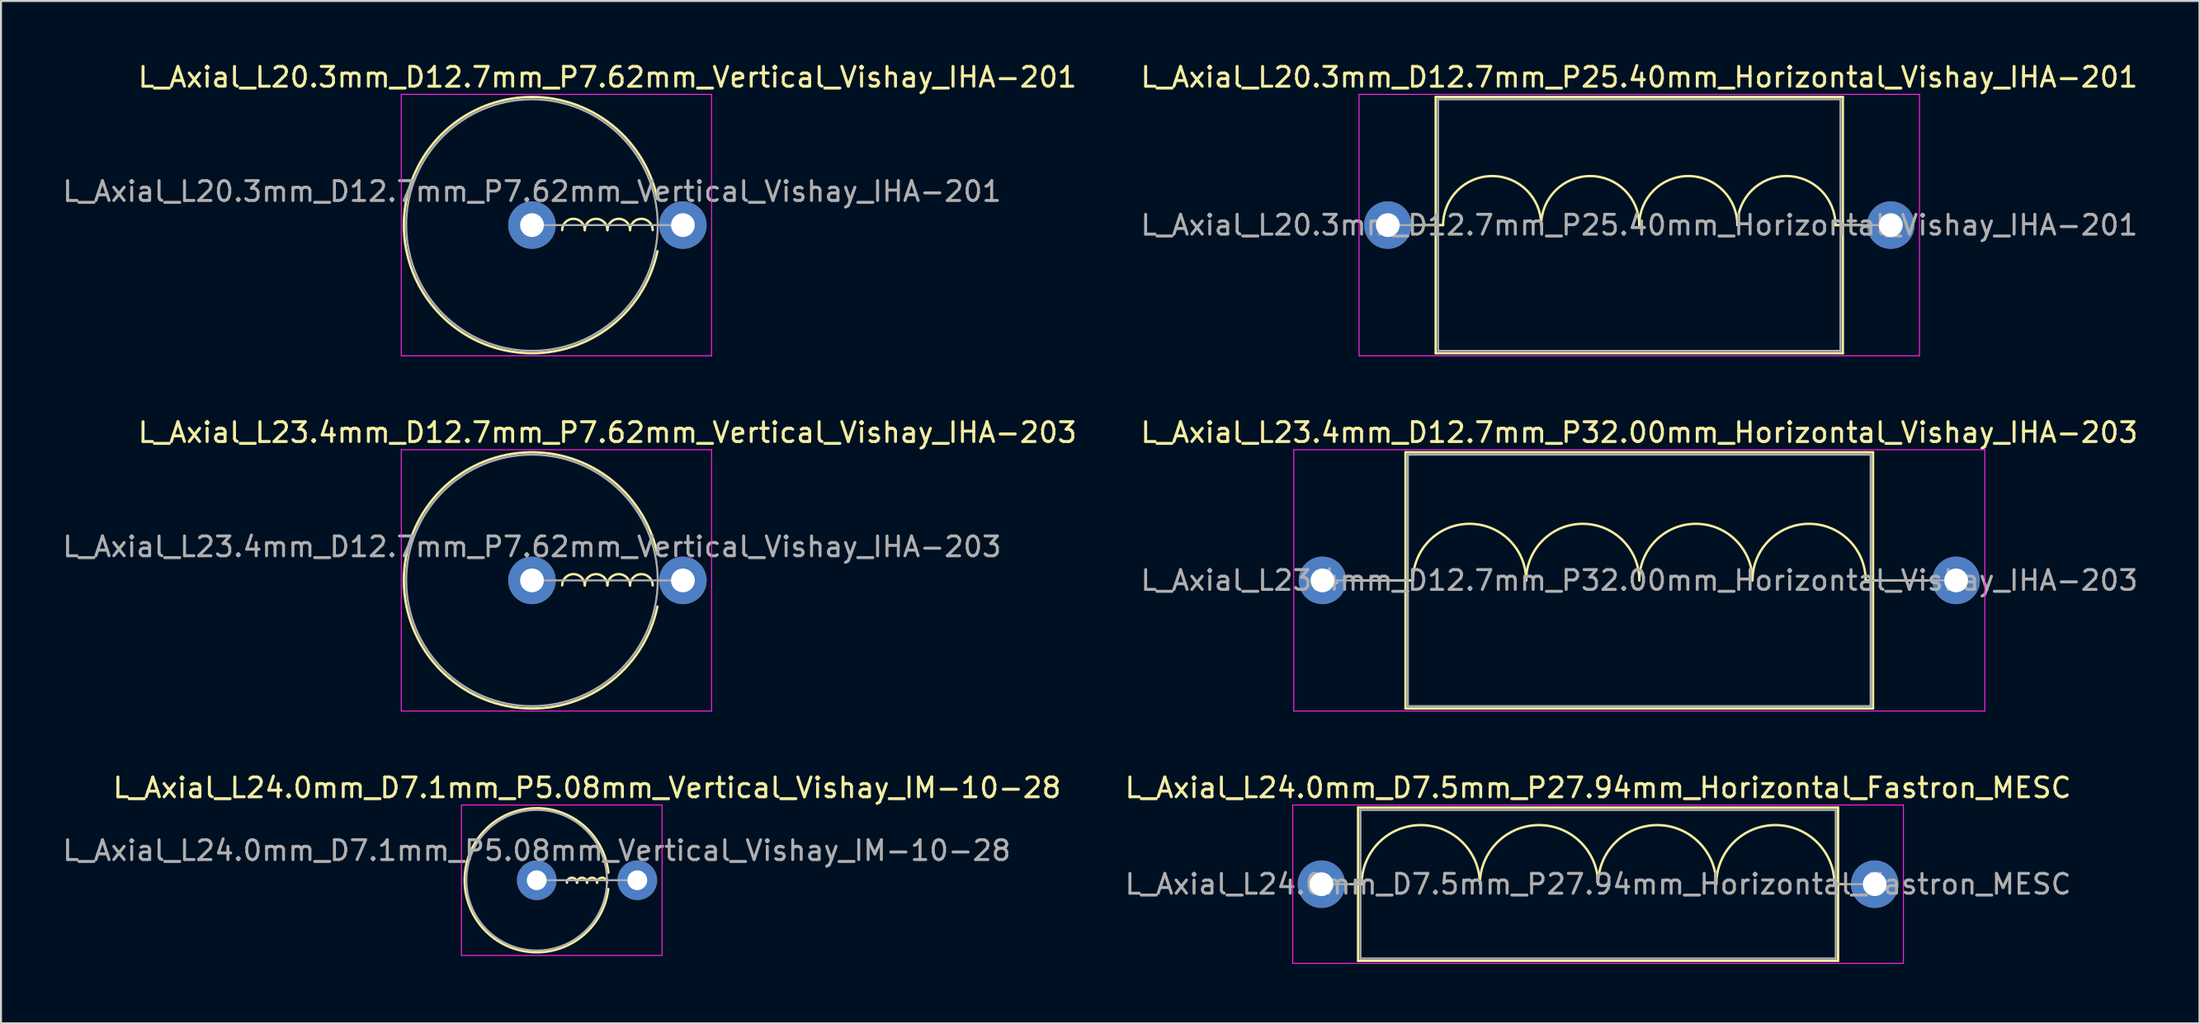
<source format=kicad_pcb>
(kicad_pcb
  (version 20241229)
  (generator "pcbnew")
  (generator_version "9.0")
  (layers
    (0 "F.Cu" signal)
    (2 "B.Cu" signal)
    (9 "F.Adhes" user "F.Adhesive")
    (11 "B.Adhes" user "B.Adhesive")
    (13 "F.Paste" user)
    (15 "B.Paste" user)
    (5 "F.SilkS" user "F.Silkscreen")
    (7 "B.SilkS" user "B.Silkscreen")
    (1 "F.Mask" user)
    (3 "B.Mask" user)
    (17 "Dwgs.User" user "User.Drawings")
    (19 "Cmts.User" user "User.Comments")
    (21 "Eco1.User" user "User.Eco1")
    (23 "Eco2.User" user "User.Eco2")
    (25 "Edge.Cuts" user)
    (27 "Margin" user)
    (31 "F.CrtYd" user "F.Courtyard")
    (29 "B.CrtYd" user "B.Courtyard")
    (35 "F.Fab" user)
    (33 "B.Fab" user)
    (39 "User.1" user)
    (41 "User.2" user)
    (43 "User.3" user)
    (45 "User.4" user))
  (footprint "L_Axial_L20.3mm_D12.7mm_P7.62mm_Vertical_Vishay_IHA-201"
    (layer "F.Cu")
    (at 23.815 8.318)
    (property "Reference" "L_Axial_L20.3mm_D12.7mm_P7.62mm_Vertical_Vishay_IHA-201" (at 3.81 -7.47 0) (layer "F.SilkS") (effects (font (size 1 1) (thickness 0.15))))
    (attr through_hole)
    (fp_arc (start 1.524 0.254) (mid 2.0955 -0.3175) (end 2.667 0.254) (stroke (width 0.12) (type solid)) (layer "F.SilkS"))
    (fp_arc (start 2.667 0.254) (mid 3.2385 -0.3175) (end 3.81 0.254) (stroke (width 0.12) (type solid)) (layer "F.SilkS"))
    (fp_arc (start 3.81 0.254) (mid 4.3815 -0.3175) (end 4.953 0.254) (stroke (width 0.12) (type solid)) (layer "F.SilkS"))
    (fp_arc (start 4.953 0.254) (mid 5.5245 -0.3175) (end 6.096 0.254) (stroke (width 0.12) (type solid)) (layer "F.SilkS"))
    (fp_arc (start 6.333917 1.32) (mid -6.47 0) (end 6.333917 -1.32) (stroke (width 0.12) (type solid)) (layer "F.SilkS"))
    (fp_line (start -6.6 -6.6) (end -6.6 6.6) (stroke (width 0.05) (type solid)) (layer "F.CrtYd"))
    (fp_line (start -6.6 6.6) (end 9.07 6.6) (stroke (width 0.05) (type solid)) (layer "F.CrtYd"))
    (fp_line (start 9.07 -6.6) (end -6.6 -6.6) (stroke (width 0.05) (type solid)) (layer "F.CrtYd"))
    (fp_line (start 9.07 6.6) (end 9.07 -6.6) (stroke (width 0.05) (type solid)) (layer "F.CrtYd"))
    (fp_line (start 0 0) (end 7.62 0) (stroke (width 0.1) (type solid)) (layer "F.Fab"))
    (fp_circle (center 0 0) (end 6.35 0) (stroke (width 0.1) (type solid)) (fill no) (layer "F.Fab"))
    (fp_text user "${REFERENCE}" (at 0 -1.7 0) (layer "F.Fab") (effects (font (size 1 1) (thickness 0.15))))
    (pad "1" thru_hole circle (at 0 0) (size 2.4 2.4) (drill 1.2) (layers "*.Cu" "*.Mask"))
    (pad "2" thru_hole oval (at 7.62 0) (size 2.4 2.4) (drill 1.2) (layers "*.Cu" "*.Mask")))
  (footprint "L_Axial_L23.4mm_D12.7mm_P32.00mm_Horizontal_Vishay_IHA-203"
    (layer "F.Cu")
    (at 63.733 26.262)
    (property "Reference" "L_Axial_L23.4mm_D12.7mm_P32.00mm_Horizontal_Vishay_IHA-203" (at 16 -7.47 0) (layer "F.SilkS") (effects (font (size 1 1) (thickness 0.15))))
    (attr through_hole)
    (fp_line (start 1.44 0) (end 4.195 0) (stroke (width 0.12) (type solid)) (layer "F.SilkS"))
    (fp_line (start 4.195 -6.47) (end 4.195 6.47) (stroke (width 0.12) (type solid)) (layer "F.SilkS"))
    (fp_line (start 4.195 6.47) (end 27.805 6.47) (stroke (width 0.12) (type solid)) (layer "F.SilkS"))
    (fp_line (start 4.572 0) (end 4.191 0) (stroke (width 0.12) (type solid)) (layer "F.SilkS"))
    (fp_line (start 27.432 0) (end 27.813 0) (stroke (width 0.12) (type solid)) (layer "F.SilkS"))
    (fp_line (start 27.805 -6.47) (end 4.195 -6.47) (stroke (width 0.12) (type solid)) (layer "F.SilkS"))
    (fp_line (start 27.805 6.47) (end 27.805 -6.47) (stroke (width 0.12) (type solid)) (layer "F.SilkS"))
    (fp_line (start 30.56 0) (end 27.805 0) (stroke (width 0.12) (type solid)) (layer "F.SilkS"))
    (fp_arc (start 4.572 0) (mid 7.4295 -2.8575) (end 10.287 0) (stroke (width 0.12) (type solid)) (layer "F.SilkS"))
    (fp_arc (start 10.287 0) (mid 13.1445 -2.8575) (end 16.002 0) (stroke (width 0.12) (type solid)) (layer "F.SilkS"))
    (fp_arc (start 16.002 0) (mid 18.8595 -2.8575) (end 21.717 0) (stroke (width 0.12) (type solid)) (layer "F.SilkS"))
    (fp_arc (start 21.717 0) (mid 24.5745 -2.8575) (end 27.432 0) (stroke (width 0.12) (type solid)) (layer "F.SilkS"))
    (fp_line (start -1.45 -6.6) (end -1.45 6.6) (stroke (width 0.05) (type solid)) (layer "F.CrtYd"))
    (fp_line (start -1.45 6.6) (end 33.45 6.6) (stroke (width 0.05) (type solid)) (layer "F.CrtYd"))
    (fp_line (start 33.45 -6.6) (end -1.45 -6.6) (stroke (width 0.05) (type solid)) (layer "F.CrtYd"))
    (fp_line (start 33.45 6.6) (end 33.45 -6.6) (stroke (width 0.05) (type solid)) (layer "F.CrtYd"))
    (fp_line (start 0 0) (end 4.315 0) (stroke (width 0.1) (type solid)) (layer "F.Fab"))
    (fp_line (start 4.315 -6.35) (end 4.315 6.35) (stroke (width 0.1) (type solid)) (layer "F.Fab"))
    (fp_line (start 4.315 6.35) (end 27.685 6.35) (stroke (width 0.1) (type solid)) (layer "F.Fab"))
    (fp_line (start 27.685 -6.35) (end 4.315 -6.35) (stroke (width 0.1) (type solid)) (layer "F.Fab"))
    (fp_line (start 27.685 6.35) (end 27.685 -6.35) (stroke (width 0.1) (type solid)) (layer "F.Fab"))
    (fp_line (start 32 0) (end 27.685 0) (stroke (width 0.1) (type solid)) (layer "F.Fab"))
    (fp_text user "${REFERENCE}" (at 16 0 0) (layer "F.Fab") (effects (font (size 1 1) (thickness 0.15))))
    (pad "1" thru_hole circle (at 0 0) (size 2.4 2.4) (drill 1.2) (layers "*.Cu" "*.Mask"))
    (pad "2" thru_hole oval (at 32 0) (size 2.4 2.4) (drill 1.2) (layers "*.Cu" "*.Mask")))
  (footprint "L_Axial_L24.0mm_D7.5mm_P27.94mm_Horizontal_Fastron_MESC"
    (layer "F.Cu")
    (at 63.683 41.605)
    (property "Reference" "L_Axial_L24.0mm_D7.5mm_P27.94mm_Horizontal_Fastron_MESC" (at 13.97 -4.87 0) (layer "F.SilkS") (effects (font (size 1 1) (thickness 0.15))))
    (attr through_hole)
    (fp_line (start 1.44 0) (end 1.85 0) (stroke (width 0.12) (type solid)) (layer "F.SilkS"))
    (fp_line (start 1.85 -3.87) (end 1.85 3.87) (stroke (width 0.12) (type solid)) (layer "F.SilkS"))
    (fp_line (start 1.85 3.87) (end 26.09 3.87) (stroke (width 0.12) (type solid)) (layer "F.SilkS"))
    (fp_line (start 2.032 0) (end 1.85 0) (stroke (width 0.12) (type solid)) (layer "F.SilkS"))
    (fp_line (start 25.908 0) (end 26.09 0) (stroke (width 0.12) (type solid)) (layer "F.SilkS"))
    (fp_line (start 26.09 -3.87) (end 1.85 -3.87) (stroke (width 0.12) (type solid)) (layer "F.SilkS"))
    (fp_line (start 26.09 3.87) (end 26.09 -3.87) (stroke (width 0.12) (type solid)) (layer "F.SilkS"))
    (fp_line (start 26.5 0) (end 26.09 0) (stroke (width 0.12) (type solid)) (layer "F.SilkS"))
    (fp_arc (start 2.032 0) (mid 5.0165 -2.9845) (end 8.001 0) (stroke (width 0.12) (type solid)) (layer "F.SilkS"))
    (fp_arc (start 8.001 0) (mid 10.9855 -2.9845) (end 13.97 0) (stroke (width 0.12) (type solid)) (layer "F.SilkS"))
    (fp_arc (start 13.97 0) (mid 16.9545 -2.9845) (end 19.939 0) (stroke (width 0.12) (type solid)) (layer "F.SilkS"))
    (fp_arc (start 19.939 0) (mid 22.9235 -2.9845) (end 25.908 0) (stroke (width 0.12) (type solid)) (layer "F.SilkS"))
    (fp_line (start -1.45 -4) (end -1.45 4) (stroke (width 0.05) (type solid)) (layer "F.CrtYd"))
    (fp_line (start -1.45 4) (end 29.39 4) (stroke (width 0.05) (type solid)) (layer "F.CrtYd"))
    (fp_line (start 29.39 -4) (end -1.45 -4) (stroke (width 0.05) (type solid)) (layer "F.CrtYd"))
    (fp_line (start 29.39 4) (end 29.39 -4) (stroke (width 0.05) (type solid)) (layer "F.CrtYd"))
    (fp_line (start 0 0) (end 1.97 0) (stroke (width 0.1) (type solid)) (layer "F.Fab"))
    (fp_line (start 1.97 -3.75) (end 1.97 3.75) (stroke (width 0.1) (type solid)) (layer "F.Fab"))
    (fp_line (start 1.97 3.75) (end 25.97 3.75) (stroke (width 0.1) (type solid)) (layer "F.Fab"))
    (fp_line (start 25.97 -3.75) (end 1.97 -3.75) (stroke (width 0.1) (type solid)) (layer "F.Fab"))
    (fp_line (start 25.97 3.75) (end 25.97 -3.75) (stroke (width 0.1) (type solid)) (layer "F.Fab"))
    (fp_line (start 27.94 0) (end 25.97 0) (stroke (width 0.1) (type solid)) (layer "F.Fab"))
    (fp_text user "${REFERENCE}" (at 13.97 0 0) (layer "F.Fab") (effects (font (size 1 1) (thickness 0.15))))
    (pad "1" thru_hole circle (at 0 0) (size 2.4 2.4) (drill 1.2) (layers "*.Cu" "*.Mask"))
    (pad "2" thru_hole oval (at 27.94 0) (size 2.4 2.4) (drill 1.2) (layers "*.Cu" "*.Mask")))
  (footprint "L_Axial_L20.3mm_D12.7mm_P25.40mm_Horizontal_Vishay_IHA-201"
    (layer "F.Cu")
    (at 67.033 8.318)
    (property "Reference" "L_Axial_L20.3mm_D12.7mm_P25.40mm_Horizontal_Vishay_IHA-201" (at 12.7 -7.47 0) (layer "F.SilkS") (effects (font (size 1 1) (thickness 0.15))))
    (attr through_hole)
    (fp_line (start 1.44 0) (end 2.42 0) (stroke (width 0.12) (type solid)) (layer "F.SilkS"))
    (fp_line (start 2.42 -6.47) (end 2.42 6.47) (stroke (width 0.12) (type solid)) (layer "F.SilkS"))
    (fp_line (start 2.42 6.47) (end 22.98 6.47) (stroke (width 0.12) (type solid)) (layer "F.SilkS"))
    (fp_line (start 2.794 0) (end 2.42 0) (stroke (width 0.12) (type solid)) (layer "F.SilkS"))
    (fp_line (start 22.606 0) (end 22.98 0) (stroke (width 0.12) (type solid)) (layer "F.SilkS"))
    (fp_line (start 22.98 -6.47) (end 2.42 -6.47) (stroke (width 0.12) (type solid)) (layer "F.SilkS"))
    (fp_line (start 22.98 6.47) (end 22.98 -6.47) (stroke (width 0.12) (type solid)) (layer "F.SilkS"))
    (fp_line (start 23.96 0) (end 22.98 0) (stroke (width 0.12) (type solid)) (layer "F.SilkS"))
    (fp_arc (start 2.794 0) (mid 5.2705 -2.4765) (end 7.747 0) (stroke (width 0.12) (type solid)) (layer "F.SilkS"))
    (fp_arc (start 7.747 0) (mid 10.2235 -2.4765) (end 12.7 0) (stroke (width 0.12) (type solid)) (layer "F.SilkS"))
    (fp_arc (start 12.7 0) (mid 15.1765 -2.4765) (end 17.653 0) (stroke (width 0.12) (type solid)) (layer "F.SilkS"))
    (fp_arc (start 17.653 0) (mid 20.1295 -2.4765) (end 22.606 0) (stroke (width 0.12) (type solid)) (layer "F.SilkS"))
    (fp_line (start -1.45 -6.6) (end -1.45 6.6) (stroke (width 0.05) (type solid)) (layer "F.CrtYd"))
    (fp_line (start -1.45 6.6) (end 26.85 6.6) (stroke (width 0.05) (type solid)) (layer "F.CrtYd"))
    (fp_line (start 26.85 -6.6) (end -1.45 -6.6) (stroke (width 0.05) (type solid)) (layer "F.CrtYd"))
    (fp_line (start 26.85 6.6) (end 26.85 -6.6) (stroke (width 0.05) (type solid)) (layer "F.CrtYd"))
    (fp_line (start 0 0) (end 2.54 0) (stroke (width 0.1) (type solid)) (layer "F.Fab"))
    (fp_line (start 2.54 -6.35) (end 2.54 6.35) (stroke (width 0.1) (type solid)) (layer "F.Fab"))
    (fp_line (start 2.54 6.35) (end 22.86 6.35) (stroke (width 0.1) (type solid)) (layer "F.Fab"))
    (fp_line (start 22.86 -6.35) (end 2.54 -6.35) (stroke (width 0.1) (type solid)) (layer "F.Fab"))
    (fp_line (start 22.86 6.35) (end 22.86 -6.35) (stroke (width 0.1) (type solid)) (layer "F.Fab"))
    (fp_line (start 25.4 0) (end 22.86 0) (stroke (width 0.1) (type solid)) (layer "F.Fab"))
    (fp_text user "${REFERENCE}" (at 12.7 0 0) (layer "F.Fab") (effects (font (size 1 1) (thickness 0.15))))
    (pad "1" thru_hole circle (at 0 0) (size 2.4 2.4) (drill 1.2) (layers "*.Cu" "*.Mask"))
    (pad "2" thru_hole oval (at 25.4 0) (size 2.4 2.4) (drill 1.2) (layers "*.Cu" "*.Mask")))
  (footprint "L_Axial_L23.4mm_D12.7mm_P7.62mm_Vertical_Vishay_IHA-203"
    (layer "F.Cu")
    (at 23.815 26.262)
    (property "Reference" "L_Axial_L23.4mm_D12.7mm_P7.62mm_Vertical_Vishay_IHA-203" (at 3.81 -7.47 0) (layer "F.SilkS") (effects (font (size 1 1) (thickness 0.15))))
    (attr through_hole)
    (fp_arc (start 1.524 0.254) (mid 2.0955 -0.3175) (end 2.667 0.254) (stroke (width 0.12) (type solid)) (layer "F.SilkS"))
    (fp_arc (start 2.667 0.254) (mid 3.2385 -0.3175) (end 3.81 0.254) (stroke (width 0.12) (type solid)) (layer "F.SilkS"))
    (fp_arc (start 3.81 0.254) (mid 4.3815 -0.3175) (end 4.953 0.254) (stroke (width 0.12) (type solid)) (layer "F.SilkS"))
    (fp_arc (start 4.953 0.254) (mid 5.5245 -0.3175) (end 6.096 0.254) (stroke (width 0.12) (type solid)) (layer "F.SilkS"))
    (fp_arc (start 6.333917 1.32) (mid -6.47 0) (end 6.333917 -1.32) (stroke (width 0.12) (type solid)) (layer "F.SilkS"))
    (fp_line (start -6.6 -6.6) (end -6.6 6.6) (stroke (width 0.05) (type solid)) (layer "F.CrtYd"))
    (fp_line (start -6.6 6.6) (end 9.07 6.6) (stroke (width 0.05) (type solid)) (layer "F.CrtYd"))
    (fp_line (start 9.07 -6.6) (end -6.6 -6.6) (stroke (width 0.05) (type solid)) (layer "F.CrtYd"))
    (fp_line (start 9.07 6.6) (end 9.07 -6.6) (stroke (width 0.05) (type solid)) (layer "F.CrtYd"))
    (fp_line (start 0 0) (end 7.62 0) (stroke (width 0.1) (type solid)) (layer "F.Fab"))
    (fp_circle (center 0 0) (end 6.35 0) (stroke (width 0.1) (type solid)) (fill no) (layer "F.Fab"))
    (fp_text user "${REFERENCE}" (at 0 -1.7 0) (layer "F.Fab") (effects (font (size 1 1) (thickness 0.15))))
    (pad "1" thru_hole circle (at 0 0) (size 2.4 2.4) (drill 1.2) (layers "*.Cu" "*.Mask"))
    (pad "2" thru_hole oval (at 7.62 0) (size 2.4 2.4) (drill 1.2) (layers "*.Cu" "*.Mask")))
  (footprint "L_Axial_L24.0mm_D7.1mm_P5.08mm_Vertical_Vishay_IM-10-28"
    (layer "F.Cu")
    (at 24.054 41.405)
    (property "Reference" "L_Axial_L24.0mm_D7.1mm_P5.08mm_Vertical_Vishay_IM-10-28" (at 2.54 -4.67 0) (layer "F.SilkS") (effects (font (size 1 1) (thickness 0.15))))
    (attr through_hole)
    (fp_arc (start 1.524 0.127) (mid 1.778 -0.127) (end 2.032 0.127) (stroke (width 0.12) (type solid)) (layer "F.SilkS"))
    (fp_arc (start 2.032 0.127) (mid 2.286 -0.127) (end 2.54 0.127) (stroke (width 0.12) (type solid)) (layer "F.SilkS"))
    (fp_arc (start 2.54 0.127) (mid 2.794 -0.127) (end 3.048 0.127) (stroke (width 0.12) (type solid)) (layer "F.SilkS"))
    (fp_arc (start 3.048 0.127) (mid 3.302 -0.127) (end 3.556 0.127) (stroke (width 0.12) (type solid)) (layer "F.SilkS"))
    (fp_arc (start 3.612358 0.443624) (mid -3.63936 -0.031515) (end 3.619499 -0.380999) (stroke (width 0.12) (type solid)) (layer "F.SilkS"))
    (fp_line (start -3.8 -3.8) (end -3.8 3.8) (stroke (width 0.05) (type solid)) (layer "F.CrtYd"))
    (fp_line (start -3.8 3.8) (end 6.33 3.8) (stroke (width 0.05) (type solid)) (layer "F.CrtYd"))
    (fp_line (start 6.33 -3.8) (end -3.8 -3.8) (stroke (width 0.05) (type solid)) (layer "F.CrtYd"))
    (fp_line (start 6.33 3.8) (end 6.33 -3.8) (stroke (width 0.05) (type solid)) (layer "F.CrtYd"))
    (fp_line (start 0 0) (end 5.08 0) (stroke (width 0.1) (type solid)) (layer "F.Fab"))
    (fp_circle (center 0 0) (end 3.55 0) (stroke (width 0.1) (type solid)) (fill no) (layer "F.Fab"))
    (fp_text user "${REFERENCE}" (at 0 -1.5 0) (layer "F.Fab") (effects (font (size 1 1) (thickness 0.15))))
    (pad "1" thru_hole circle (at 0 0) (size 2 2) (drill 1) (layers "*.Cu" "*.Mask"))
    (pad "2" thru_hole oval (at 5.08 0) (size 2 2) (drill 1) (layers "*.Cu" "*.Mask")))
  (gr_rect
    (start -3 -3)
    (end 108.024 48.63)
    (stroke (width 0.1) (type default))
    (fill no)
    (layer "Edge.Cuts")))
</source>
